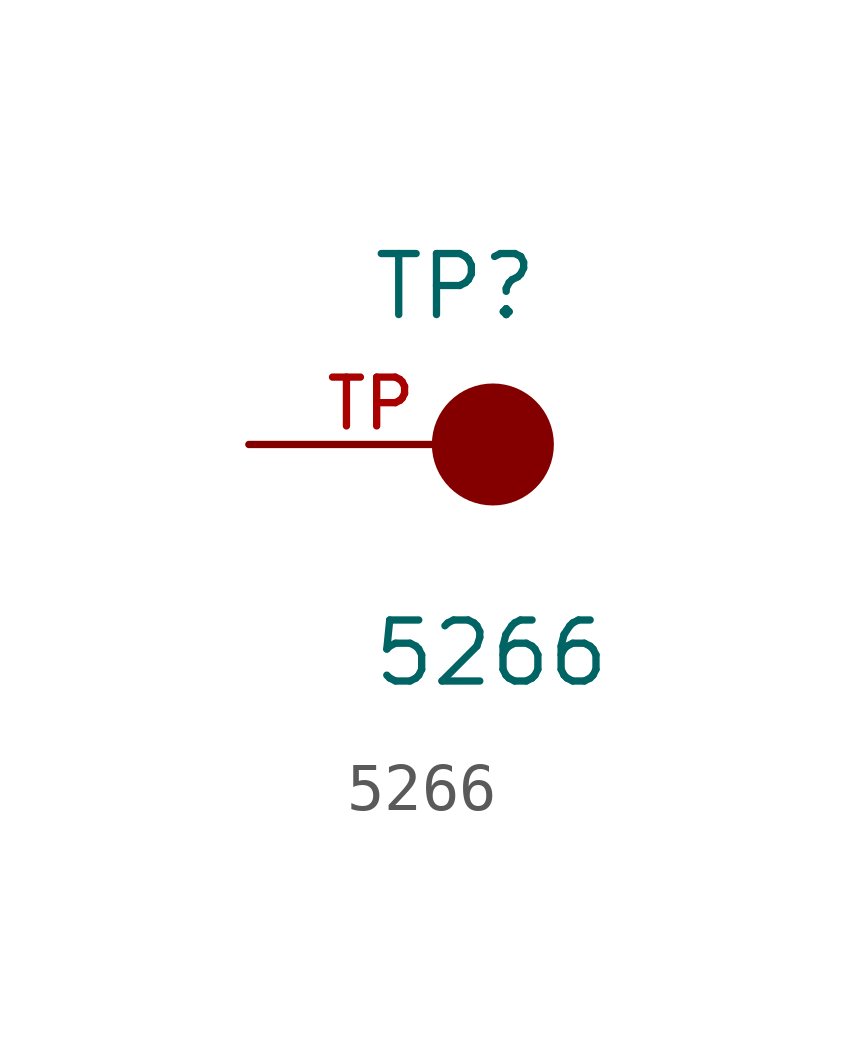
<source format=kicad_sym>
(kicad_symbol_lib
  (version 20211014)
  (generator kicad_symbol_editor)
  (symbol "5266"
    (pin_names
      (offset 1.016))
    (property "Reference" "TP"
      (at -2.544 2.541 0)
      (effects (font (size 1.27 1.27)) (justify bottom left)))
    (property "Value" "5266"
      (at -2.55 -5.087 0)
      (effects (font (size 1.27 1.27)) (justify bottom left)))
    (symbol "5266_0_0"
      (circle (center 0.0 0.0) (radius 0.635) (stroke (width 1.27)) (fill (type none)))
      (pin passive line (at -5.08 0.0 0) (length 5.08) (name "~" (effects (font (size 1.016 1.016)))) (number "TP" (effects (font (size 1.016 1.016))))))))
</source>
